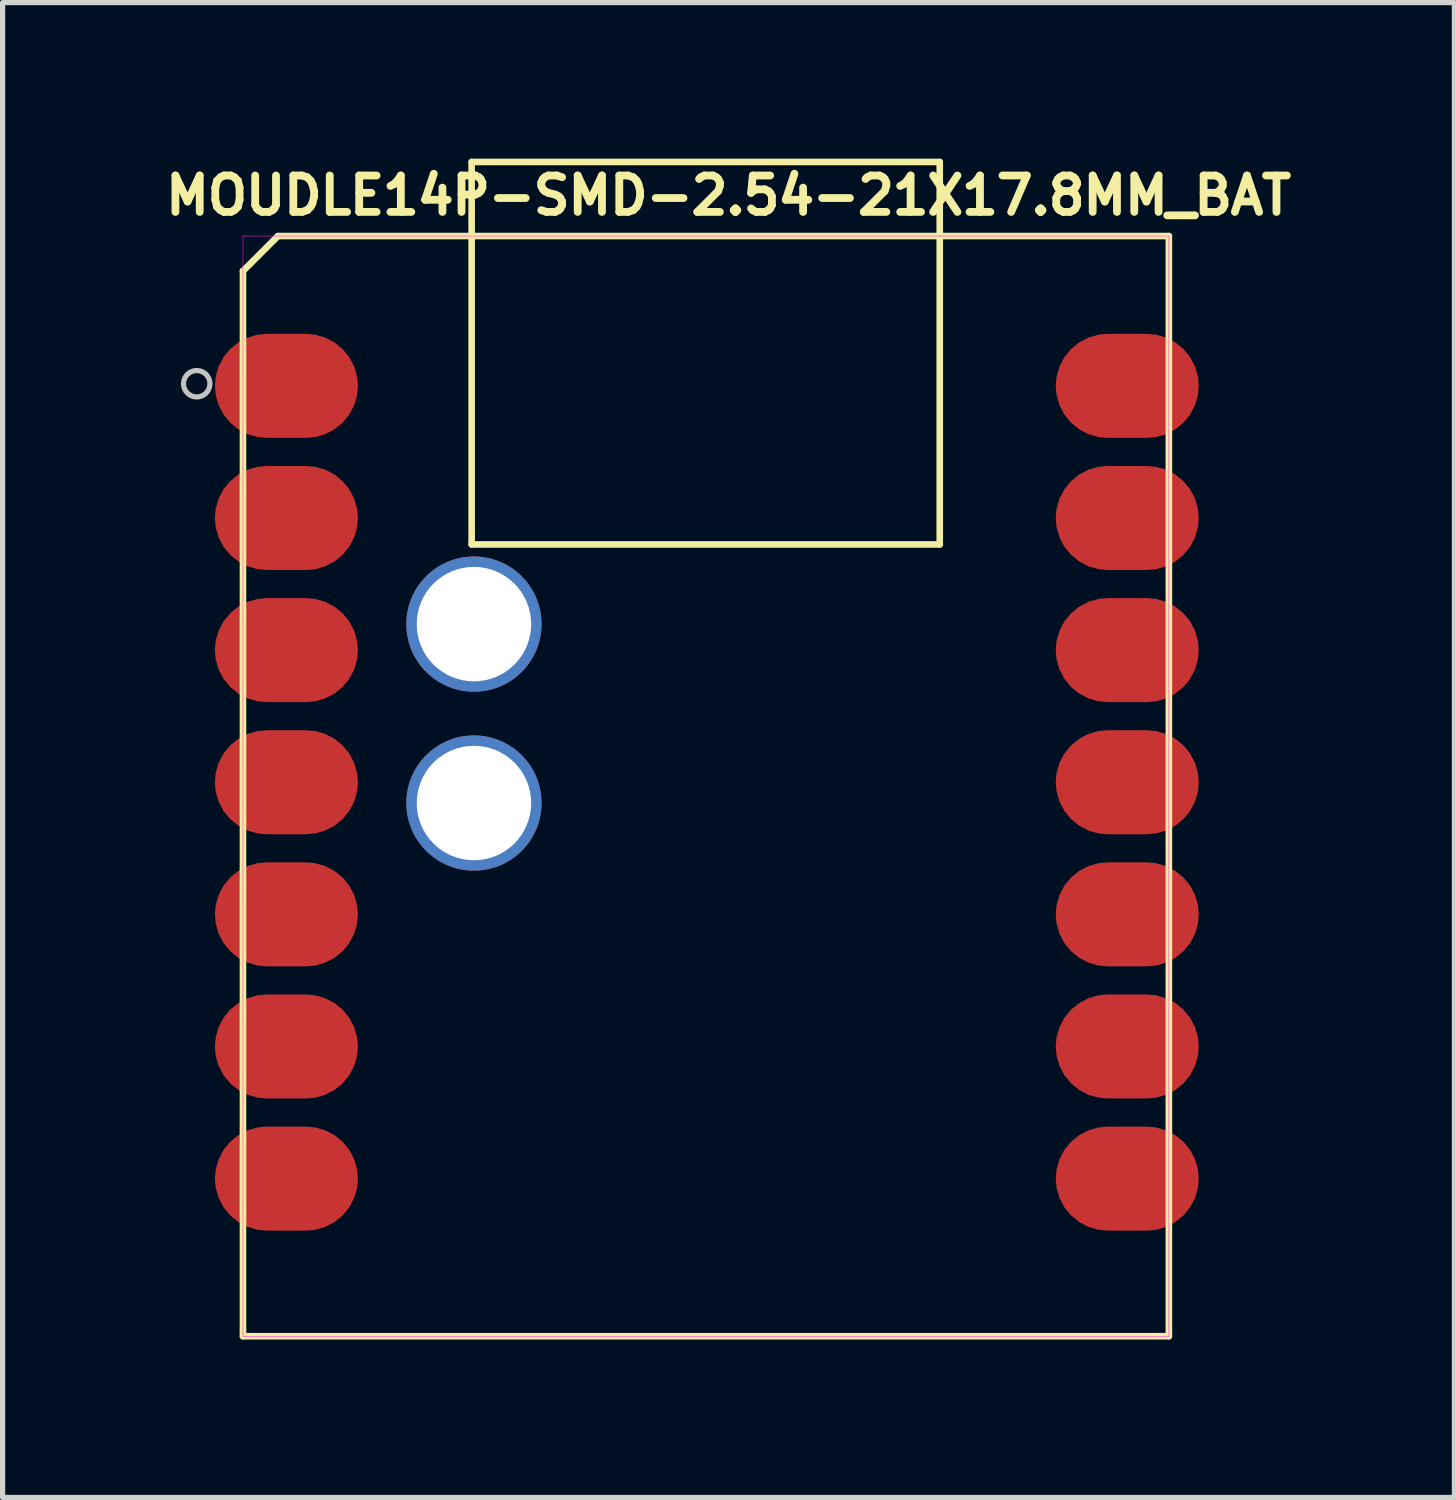
<source format=kicad_pcb>
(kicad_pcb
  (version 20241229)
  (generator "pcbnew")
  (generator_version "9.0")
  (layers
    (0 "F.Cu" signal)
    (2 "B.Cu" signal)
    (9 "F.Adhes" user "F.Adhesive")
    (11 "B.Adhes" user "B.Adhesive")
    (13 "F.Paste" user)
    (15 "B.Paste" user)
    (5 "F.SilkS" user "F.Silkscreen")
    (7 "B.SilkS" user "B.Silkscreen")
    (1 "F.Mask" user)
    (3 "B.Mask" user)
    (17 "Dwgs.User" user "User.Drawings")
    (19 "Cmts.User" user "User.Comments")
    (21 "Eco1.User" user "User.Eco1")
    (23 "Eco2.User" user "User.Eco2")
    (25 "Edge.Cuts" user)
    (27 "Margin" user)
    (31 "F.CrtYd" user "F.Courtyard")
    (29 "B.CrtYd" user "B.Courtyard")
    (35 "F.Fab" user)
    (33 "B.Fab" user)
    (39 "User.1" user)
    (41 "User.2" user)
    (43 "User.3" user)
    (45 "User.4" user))
  (footprint "MOUDLE14P-SMD-2.54-21X17.8MM_BAT"
    (layer "F.Cu")
    (at 1.621 22.488)
    (property "Reference" "MOUDLE14P-SMD-2.54-21X17.8MM_BAT" (at 9.335 -21.78 0) (layer "F.SilkS") (effects (font (size 0.7 0.7) (thickness 0.15))))
    (attr through_hole)
    (fp_line (start 0 -20.328) (end 0 0.15) (stroke (width 0.127) (type solid)) (layer "F.SilkS"))
    (fp_line (start 0 0.15) (end 17.8 0.15) (stroke (width 0.127) (type solid)) (layer "F.SilkS"))
    (fp_line (start 0.672 -21) (end 0 -20.328) (stroke (width 0.127) (type solid)) (layer "F.SilkS"))
    (fp_line (start 4.396 -15.072) (end 4.396 -22.425) (stroke (width 0.127) (type solid)) (layer "F.SilkS"))
    (fp_line (start 4.4 -22.424) (end 13.395 -22.424) (stroke (width 0.127) (type solid)) (layer "F.SilkS"))
    (fp_line (start 13.395 -22.424) (end 13.395 -15.072) (stroke (width 0.127) (type solid)) (layer "F.SilkS"))
    (fp_line (start 13.395 -15.072) (end 4.396 -15.072) (stroke (width 0.127) (type solid)) (layer "F.SilkS"))
    (fp_line (start 17.8 -21) (end 0.672 -21) (stroke (width 0.127) (type solid)) (layer "F.SilkS"))
    (fp_line (start 17.8 0.15) (end 17.8 -21) (stroke (width 0.127) (type solid)) (layer "F.SilkS"))
    (fp_circle (center -0.889 -18.161) (end -0.635 -18.161) (stroke (width 0.1) (type solid)) (fill no) (layer "Dwgs.User"))
    (fp_poly (pts (xy 0 -21) (xy 17.8 -21) (xy 17.8 0.155) (xy 0 0.155)) (stroke (width 0.01) (type solid)) (fill no) (layer "F.CrtYd"))
    (pad "1" smd roundrect (at 0.835 -18.12) (size 2.75 2) (layers "F.Cu" "F.Mask" "F.Paste") (roundrect_rratio 0.5))
    (pad "2" smd roundrect (at 0.835 -15.58) (size 2.75 2) (layers "F.Cu" "F.Mask" "F.Paste") (roundrect_rratio 0.5))
    (pad "3" smd roundrect (at 0.835 -13.04) (size 2.75 2) (layers "F.Cu" "F.Mask" "F.Paste") (roundrect_rratio 0.5))
    (pad "4" smd roundrect (at 0.835 -10.5) (size 2.75 2) (layers "F.Cu" "F.Mask" "F.Paste") (roundrect_rratio 0.5))
    (pad "5" smd roundrect (at 0.835 -7.96) (size 2.75 2) (layers "F.Cu" "F.Mask" "F.Paste") (roundrect_rratio 0.5))
    (pad "6" smd roundrect (at 0.835 -5.42) (size 2.75 2) (layers "F.Cu" "F.Mask" "F.Paste") (roundrect_rratio 0.5))
    (pad "7" smd roundrect (at 0.835 -2.88) (size 2.75 2) (layers "F.Cu" "F.Mask" "F.Paste") (roundrect_rratio 0.5))
    (pad "8" smd roundrect (at 17 -2.88) (size 2.75 2) (layers "F.Cu" "F.Mask" "F.Paste") (roundrect_rratio 0.5))
    (pad "9" smd roundrect (at 17 -5.42) (size 2.75 2) (layers "F.Cu" "F.Mask" "F.Paste") (roundrect_rratio 0.5))
    (pad "10" smd roundrect (at 17 -7.96) (size 2.75 2) (layers "F.Cu" "F.Mask" "F.Paste") (roundrect_rratio 0.5))
    (pad "11" smd roundrect (at 17 -10.5) (size 2.75 2) (layers "F.Cu" "F.Mask" "F.Paste") (roundrect_rratio 0.5))
    (pad "12" smd roundrect (at 17 -13.04) (size 2.75 2) (layers "F.Cu" "F.Mask" "F.Paste") (roundrect_rratio 0.5))
    (pad "13" smd roundrect (at 17 -15.58) (size 2.75 2) (layers "F.Cu" "F.Mask" "F.Paste") (roundrect_rratio 0.5))
    (pad "14" smd roundrect (at 17 -18.12) (size 2.75 2) (layers "F.Cu" "F.Mask" "F.Paste") (roundrect_rratio 0.5))
    (pad "15" thru_hole circle (at 4.44 -10.1) (size 2.6 2.6) (drill 2.2) (layers "*.Cu" "*.Mask" "Eco2.User"))
    (pad "16" thru_hole circle (at 4.44 -13.54) (size 2.6 2.6) (drill 2.2) (layers "*.Cu" "*.Mask"))
    (zone (net_name "") (layer "F.Cu") (hatch full 0.508) (connect_pads) (min_thickness 0.01) (filled_areas_thickness no) (keepout (tracks not_allowed) (vias not_allowed) (pads not_allowed) (copperpour not_allowed) (footprints allowed)) (placement (enabled no)) (fill) (polygon (pts (xy 5.304 1.407) (xy 7.082 1.407) (xy 7.082 4.074) (xy 5.304 4.074))))
    (zone (net_name "") (layer "F.Cu") (hatch full 0.508) (connect_pads) (min_thickness 0.01) (filled_areas_thickness no) (keepout (tracks not_allowed) (vias not_allowed) (pads not_allowed) (copperpour not_allowed) (footprints allowed)) (placement (enabled no)) (fill) (polygon (pts (xy 5.304 5.471) (xy 7.082 5.471) (xy 7.082 7.489) (xy 5.304 7.489))))
    (zone (net_name "") (layer "F.Cu") (hatch full 0.508) (connect_pads) (min_thickness 0.01) (filled_areas_thickness no) (keepout (tracks not_allowed) (vias not_allowed) (pads not_allowed) (copperpour not_allowed) (footprints allowed)) (placement (enabled no)) (fill) (polygon (pts (xy 7.971 2.168) (xy 13.178 2.168) (xy 13.178 12.326) (xy 7.971 12.326))))
    (zone (net_name "") (layer "F.Cu") (hatch full 0.508) (connect_pads) (min_thickness 0.01) (filled_areas_thickness no) (keepout (tracks not_allowed) (vias not_allowed) (pads not_allowed) (copperpour not_allowed) (footprints allowed)) (placement (enabled no)) (fill) (polygon (pts (xy 9.613 12.329) (xy 13.677 12.329) (xy 13.677 15.938) (xy 9.613 15.938))))
    (zone (net_name "") (layer "F.Cu") (hatch full 0.508) (connect_pads) (min_thickness 0.01) (filled_areas_thickness no) (keepout (tracks not_allowed) (vias not_allowed) (pads not_allowed) (copperpour not_allowed) (footprints allowed)) (placement (enabled no)) (fill) (polygon (pts (xy 13.94 1.407) (xy 15.718 1.407) (xy 15.718 4.074) (xy 13.94 4.074))))
    (zone (net_name "") (layer "F.Cu") (hatch full 0.508) (connect_pads) (min_thickness 0.01) (filled_areas_thickness no) (keepout (tracks not_allowed) (vias not_allowed) (pads not_allowed) (copperpour not_allowed) (footprints allowed)) (placement (enabled no)) (fill) (polygon (pts (xy 13.94 5.471) (xy 15.718 5.471) (xy 15.718 8.137) (xy 13.94 8.137))))
    (zone (net_name "") (layer "Cmts.User") (hatch full 0.508) (connect_pads) (min_thickness 0.01) (filled_areas_thickness no) (keepout (tracks not_allowed) (vias not_allowed) (pads not_allowed) (copperpour not_allowed) (footprints allowed)) (placement (enabled no)) (fill) (polygon (pts (xy 4.605 8.952) (xy 7.526 8.952) (xy 7.526 12.857) (xy 4.605 12.857)))))
  (gr_rect
    (start -3 -3)
    (end 24.91 25.738)
    (stroke (width 0.1) (type default))
    (fill no)
    (layer "Edge.Cuts")))
</source>
